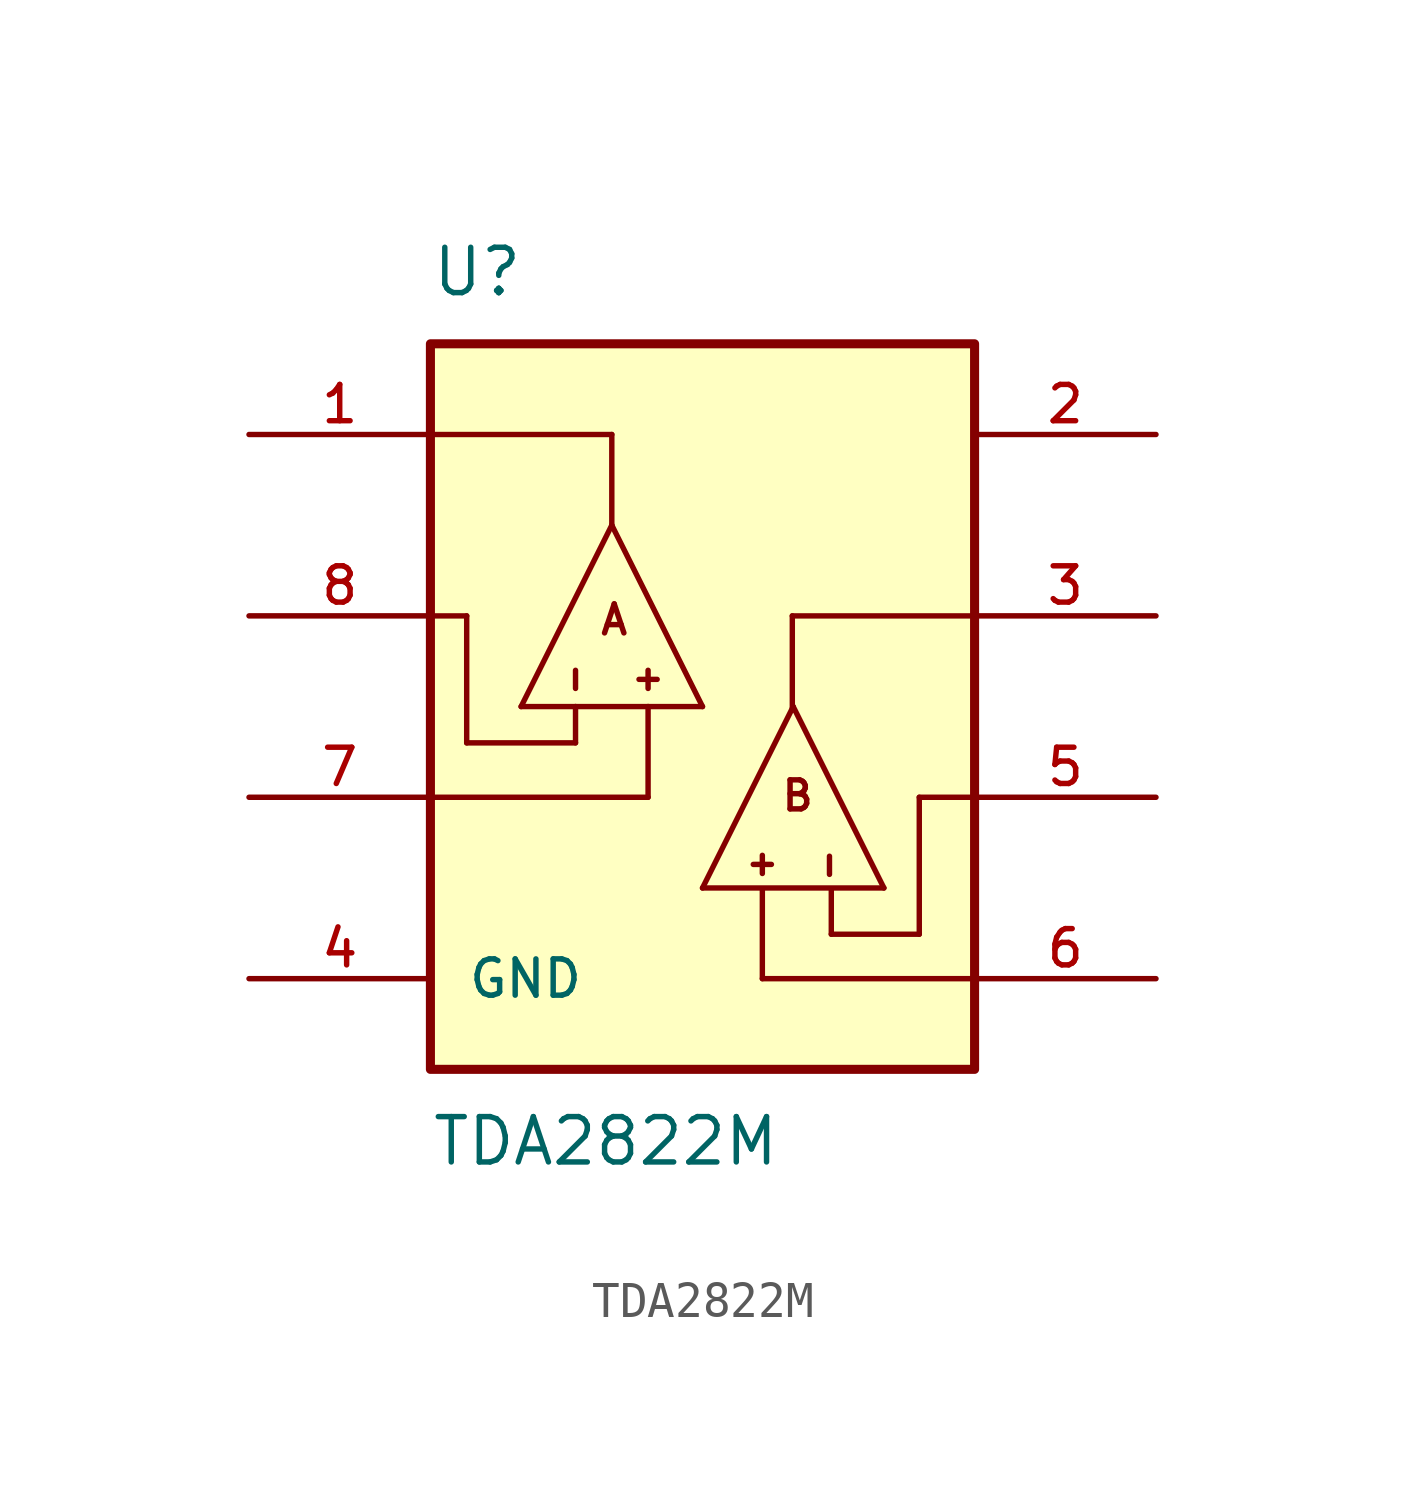
<source format=kicad_sym>
(kicad_symbol_lib
  (version 20211014)
  (generator kicad_symbol_editor)
  (symbol "TDA2822M"
    (pin_names
      (offset 1.016))
    (property "Reference" "U"
      (at -7.62 11.43 0.0)
      (effects (font (size 1.27 1.27)) (justify bottom left)))
    (property "Value" "TDA2822M"
      (at -7.62 -11.43 0.0)
      (effects (font (size 1.27 1.27)) (justify top left)))
    (symbol "TDA2822M_0_0"
      (polyline (pts (xy 0.0 0.0) (xy -1.524 0.0)) (stroke (width 0.152)))
      (polyline (pts (xy -1.524 0.0) (xy -3.556 0.0)) (stroke (width 0.152)))
      (polyline (pts (xy -3.556 0.0) (xy -5.08 0.0)) (stroke (width 0.152)))
      (polyline (pts (xy -5.08 0.0) (xy -2.54 5.08)) (stroke (width 0.152)))
      (polyline (pts (xy -2.54 5.08) (xy 0.0 0.0)) (stroke (width 0.152)))
      (polyline (pts (xy -2.54 5.08) (xy -2.54 7.62)) (stroke (width 0.152)))
      (polyline (pts (xy -2.54 7.62) (xy -7.62 7.62)) (stroke (width 0.152)))
      (polyline (pts (xy -3.556 0.0) (xy -3.556 -1.016)) (stroke (width 0.152)))
      (polyline (pts (xy -3.556 -1.016) (xy -6.604 -1.016)) (stroke (width 0.152)))
      (polyline (pts (xy -6.604 -1.016) (xy -6.604 2.54)) (stroke (width 0.152)))
      (polyline (pts (xy -6.604 2.54) (xy -7.62 2.54)) (stroke (width 0.152)))
      (polyline (pts (xy -1.524 0.0) (xy -1.524 -2.54)) (stroke (width 0.152)))
      (polyline (pts (xy -1.524 -2.54) (xy -7.62 -2.54)) (stroke (width 0.152)))
      (polyline (pts (xy 5.08 -5.08) (xy 0.0 -5.08)) (stroke (width 0.152)))
      (polyline (pts (xy 0.0 -5.08) (xy 2.54 0.0)) (stroke (width 0.152)))
      (polyline (pts (xy 2.54 0.0) (xy 5.08 -5.08)) (stroke (width 0.152)))
      (polyline (pts (xy -3.556 1.016) (xy -3.556 0.508)) (stroke (width 0.152)))
      (polyline (pts (xy -1.524 0.508) (xy -1.524 1.016)) (stroke (width 0.152)))
      (polyline (pts (xy -1.778 0.762) (xy -1.27 0.762)) (stroke (width 0.152)))
      (polyline (pts (xy 3.556 -4.191) (xy 3.556 -4.699)) (stroke (width 0.152)))
      (polyline (pts (xy 1.676 -4.166) (xy 1.676 -4.674)) (stroke (width 0.152)))
      (polyline (pts (xy 1.422 -4.42) (xy 1.93 -4.42)) (stroke (width 0.152)))
      (text "A" (at -2.921 1.956 0) (effects (font (size 0.813 0.813)) (justify bottom left)))
      (text "B" (at 2.159 -2.972 0) (effects (font (size 0.813 0.813)) (justify bottom left)))
      (polyline (pts (xy 2.515 -0.102) (xy 2.515 2.54)) (stroke (width 0.152)))
      (polyline (pts (xy 2.515 2.54) (xy 7.62 2.54)) (stroke (width 0.152)))
      (polyline (pts (xy 1.676 -5.131) (xy 1.676 -7.62)) (stroke (width 0.152)))
      (polyline (pts (xy 1.676 -7.62) (xy 7.62 -7.62)) (stroke (width 0.152)))
      (polyline (pts (xy 3.607 -5.105) (xy 3.607 -6.375)) (stroke (width 0.152)))
      (polyline (pts (xy 3.607 -6.375) (xy 6.071 -6.375)) (stroke (width 0.152)))
      (polyline (pts (xy 6.071 -6.375) (xy 6.071 -2.54)) (stroke (width 0.152)))
      (polyline (pts (xy 6.071 -2.54) (xy 7.62 -2.54)) (stroke (width 0.152)))
      (rectangle (start -7.62 -10.16) (end 7.62 10.16) (stroke (width 0.254)) (fill (type background)))
      (pin power_in line (at 12.7 7.62 180.0) (length 5.08) (name "~" (effects (font (size 1.016 1.016)))) (number "2" (effects (font (size 1.016 1.016)))))
      (pin input line (at -12.7 2.54 0) (length 5.08) (name "~" (effects (font (size 1.016 1.016)))) (number "8" (effects (font (size 1.016 1.016)))))
      (pin input line (at -12.7 -2.54 0) (length 5.08) (name "~" (effects (font (size 1.016 1.016)))) (number "7" (effects (font (size 1.016 1.016)))))
      (pin input line (at 12.7 -2.54 180.0) (length 5.08) (name "~" (effects (font (size 1.016 1.016)))) (number "5" (effects (font (size 1.016 1.016)))))
      (pin input line (at 12.7 -7.62 180.0) (length 5.08) (name "~" (effects (font (size 1.016 1.016)))) (number "6" (effects (font (size 1.016 1.016)))))
      (pin passive line (at -12.7 -7.62 0) (length 5.08) (name "GND" (effects (font (size 1.016 1.016)))) (number "4" (effects (font (size 1.016 1.016)))))
      (pin output line (at -12.7 7.62 0) (length 5.08) (name "~" (effects (font (size 1.016 1.016)))) (number "1" (effects (font (size 1.016 1.016)))))
      (pin output line (at 12.7 2.54 180.0) (length 5.08) (name "~" (effects (font (size 1.016 1.016)))) (number "3" (effects (font (size 1.016 1.016))))))))
</source>
